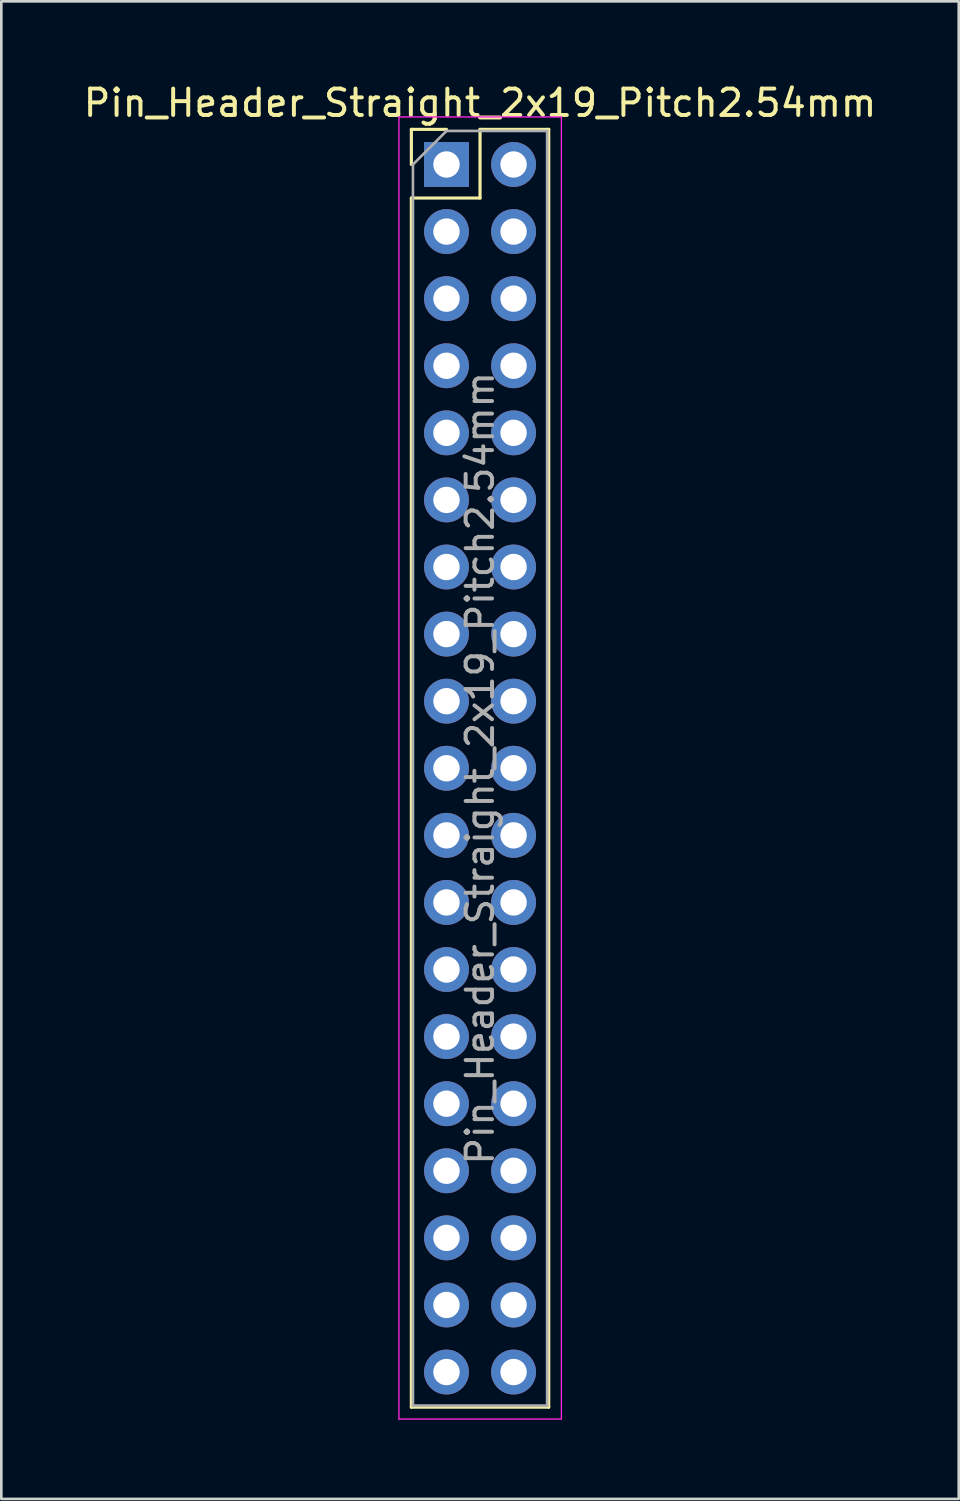
<source format=kicad_pcb>
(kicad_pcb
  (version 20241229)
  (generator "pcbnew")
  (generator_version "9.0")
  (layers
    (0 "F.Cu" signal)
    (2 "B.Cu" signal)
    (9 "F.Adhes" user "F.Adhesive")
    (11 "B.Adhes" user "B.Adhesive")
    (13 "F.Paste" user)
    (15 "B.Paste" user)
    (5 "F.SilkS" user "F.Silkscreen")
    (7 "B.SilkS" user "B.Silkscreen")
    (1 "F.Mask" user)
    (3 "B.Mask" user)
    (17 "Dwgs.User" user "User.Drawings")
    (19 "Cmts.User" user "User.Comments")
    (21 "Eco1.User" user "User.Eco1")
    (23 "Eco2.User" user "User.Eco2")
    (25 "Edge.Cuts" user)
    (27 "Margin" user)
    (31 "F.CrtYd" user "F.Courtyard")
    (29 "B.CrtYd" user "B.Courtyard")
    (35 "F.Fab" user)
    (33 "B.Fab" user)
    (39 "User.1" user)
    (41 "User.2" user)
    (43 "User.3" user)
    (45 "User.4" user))
  (footprint "Pin_Header_Straight_2x19_Pitch2.54mm"
    (layer "F.Cu")
    (at 13.855 3.178)
    (property "Reference" "Pin_Header_Straight_2x19_Pitch2.54mm" (at 1.27 -2.33 0) (layer "F.SilkS") (effects (font (size 1 1) (thickness 0.15))))
    (attr through_hole)
    (fp_line (start -1.33 -1.33) (end 0 -1.33) (stroke (width 0.12) (type solid)) (layer "F.SilkS"))
    (fp_line (start -1.33 0) (end -1.33 -1.33) (stroke (width 0.12) (type solid)) (layer "F.SilkS"))
    (fp_line (start -1.33 1.27) (end -1.33 47.05) (stroke (width 0.12) (type solid)) (layer "F.SilkS"))
    (fp_line (start -1.33 1.27) (end 1.27 1.27) (stroke (width 0.12) (type solid)) (layer "F.SilkS"))
    (fp_line (start -1.33 47.05) (end 3.87 47.05) (stroke (width 0.12) (type solid)) (layer "F.SilkS"))
    (fp_line (start 1.27 -1.33) (end 3.87 -1.33) (stroke (width 0.12) (type solid)) (layer "F.SilkS"))
    (fp_line (start 1.27 1.27) (end 1.27 -1.33) (stroke (width 0.12) (type solid)) (layer "F.SilkS"))
    (fp_line (start 3.87 -1.33) (end 3.87 47.05) (stroke (width 0.12) (type solid)) (layer "F.SilkS"))
    (fp_line (start -1.8 -1.8) (end -1.8 47.5) (stroke (width 0.05) (type solid)) (layer "F.CrtYd"))
    (fp_line (start -1.8 47.5) (end 4.35 47.5) (stroke (width 0.05) (type solid)) (layer "F.CrtYd"))
    (fp_line (start 4.35 -1.8) (end -1.8 -1.8) (stroke (width 0.05) (type solid)) (layer "F.CrtYd"))
    (fp_line (start 4.35 47.5) (end 4.35 -1.8) (stroke (width 0.05) (type solid)) (layer "F.CrtYd"))
    (fp_line (start -1.27 0) (end 0 -1.27) (stroke (width 0.1) (type solid)) (layer "F.Fab"))
    (fp_line (start -1.27 46.99) (end -1.27 0) (stroke (width 0.1) (type solid)) (layer "F.Fab"))
    (fp_line (start 0 -1.27) (end 3.81 -1.27) (stroke (width 0.1) (type solid)) (layer "F.Fab"))
    (fp_line (start 3.81 -1.27) (end 3.81 46.99) (stroke (width 0.1) (type solid)) (layer "F.Fab"))
    (fp_line (start 3.81 46.99) (end -1.27 46.99) (stroke (width 0.1) (type solid)) (layer "F.Fab"))
    (fp_text user "${REFERENCE}" (at 1.27 22.86 90) (layer "F.Fab") (effects (font (size 1 1) (thickness 0.15))))
    (pad "1" thru_hole rect (at 0 0) (size 1.7 1.7) (drill 1) (layers "*.Cu" "*.Mask"))
    (pad "2" thru_hole oval (at 2.54 0) (size 1.7 1.7) (drill 1) (layers "*.Cu" "*.Mask"))
    (pad "3" thru_hole oval (at 0 2.54) (size 1.7 1.7) (drill 1) (layers "*.Cu" "*.Mask"))
    (pad "4" thru_hole oval (at 2.54 2.54) (size 1.7 1.7) (drill 1) (layers "*.Cu" "*.Mask"))
    (pad "5" thru_hole oval (at 0 5.08) (size 1.7 1.7) (drill 1) (layers "*.Cu" "*.Mask"))
    (pad "6" thru_hole oval (at 2.54 5.08) (size 1.7 1.7) (drill 1) (layers "*.Cu" "*.Mask"))
    (pad "7" thru_hole oval (at 0 7.62) (size 1.7 1.7) (drill 1) (layers "*.Cu" "*.Mask"))
    (pad "8" thru_hole oval (at 2.54 7.62) (size 1.7 1.7) (drill 1) (layers "*.Cu" "*.Mask"))
    (pad "9" thru_hole oval (at 0 10.16) (size 1.7 1.7) (drill 1) (layers "*.Cu" "*.Mask"))
    (pad "10" thru_hole oval (at 2.54 10.16) (size 1.7 1.7) (drill 1) (layers "*.Cu" "*.Mask"))
    (pad "11" thru_hole oval (at 0 12.7) (size 1.7 1.7) (drill 1) (layers "*.Cu" "*.Mask"))
    (pad "12" thru_hole oval (at 2.54 12.7) (size 1.7 1.7) (drill 1) (layers "*.Cu" "*.Mask"))
    (pad "13" thru_hole oval (at 0 15.24) (size 1.7 1.7) (drill 1) (layers "*.Cu" "*.Mask"))
    (pad "14" thru_hole oval (at 2.54 15.24) (size 1.7 1.7) (drill 1) (layers "*.Cu" "*.Mask"))
    (pad "15" thru_hole oval (at 0 17.78) (size 1.7 1.7) (drill 1) (layers "*.Cu" "*.Mask"))
    (pad "16" thru_hole oval (at 2.54 17.78) (size 1.7 1.7) (drill 1) (layers "*.Cu" "*.Mask"))
    (pad "17" thru_hole oval (at 0 20.32) (size 1.7 1.7) (drill 1) (layers "*.Cu" "*.Mask"))
    (pad "18" thru_hole oval (at 2.54 20.32) (size 1.7 1.7) (drill 1) (layers "*.Cu" "*.Mask"))
    (pad "19" thru_hole oval (at 0 22.86) (size 1.7 1.7) (drill 1) (layers "*.Cu" "*.Mask"))
    (pad "20" thru_hole oval (at 2.54 22.86) (size 1.7 1.7) (drill 1) (layers "*.Cu" "*.Mask"))
    (pad "21" thru_hole oval (at 0 25.4) (size 1.7 1.7) (drill 1) (layers "*.Cu" "*.Mask"))
    (pad "22" thru_hole oval (at 2.54 25.4) (size 1.7 1.7) (drill 1) (layers "*.Cu" "*.Mask"))
    (pad "23" thru_hole oval (at 0 27.94) (size 1.7 1.7) (drill 1) (layers "*.Cu" "*.Mask"))
    (pad "24" thru_hole oval (at 2.54 27.94) (size 1.7 1.7) (drill 1) (layers "*.Cu" "*.Mask"))
    (pad "25" thru_hole oval (at 0 30.48) (size 1.7 1.7) (drill 1) (layers "*.Cu" "*.Mask"))
    (pad "26" thru_hole oval (at 2.54 30.48) (size 1.7 1.7) (drill 1) (layers "*.Cu" "*.Mask"))
    (pad "27" thru_hole oval (at 0 33.02) (size 1.7 1.7) (drill 1) (layers "*.Cu" "*.Mask"))
    (pad "28" thru_hole oval (at 2.54 33.02) (size 1.7 1.7) (drill 1) (layers "*.Cu" "*.Mask"))
    (pad "29" thru_hole oval (at 0 35.56) (size 1.7 1.7) (drill 1) (layers "*.Cu" "*.Mask"))
    (pad "30" thru_hole oval (at 2.54 35.56) (size 1.7 1.7) (drill 1) (layers "*.Cu" "*.Mask"))
    (pad "31" thru_hole oval (at 0 38.1) (size 1.7 1.7) (drill 1) (layers "*.Cu" "*.Mask"))
    (pad "32" thru_hole oval (at 2.54 38.1) (size 1.7 1.7) (drill 1) (layers "*.Cu" "*.Mask"))
    (pad "33" thru_hole oval (at 0 40.64) (size 1.7 1.7) (drill 1) (layers "*.Cu" "*.Mask"))
    (pad "34" thru_hole oval (at 2.54 40.64) (size 1.7 1.7) (drill 1) (layers "*.Cu" "*.Mask"))
    (pad "35" thru_hole oval (at 0 43.18) (size 1.7 1.7) (drill 1) (layers "*.Cu" "*.Mask"))
    (pad "36" thru_hole oval (at 2.54 43.18) (size 1.7 1.7) (drill 1) (layers "*.Cu" "*.Mask"))
    (pad "37" thru_hole oval (at 0 45.72) (size 1.7 1.7) (drill 1) (layers "*.Cu" "*.Mask"))
    (pad "38" thru_hole oval (at 2.54 45.72) (size 1.7 1.7) (drill 1) (layers "*.Cu" "*.Mask")))
  (gr_rect
    (start -3 -3)
    (end 33.25 53.703)
    (stroke (width 0.1) (type default))
    (fill no)
    (layer "Edge.Cuts")))
</source>
